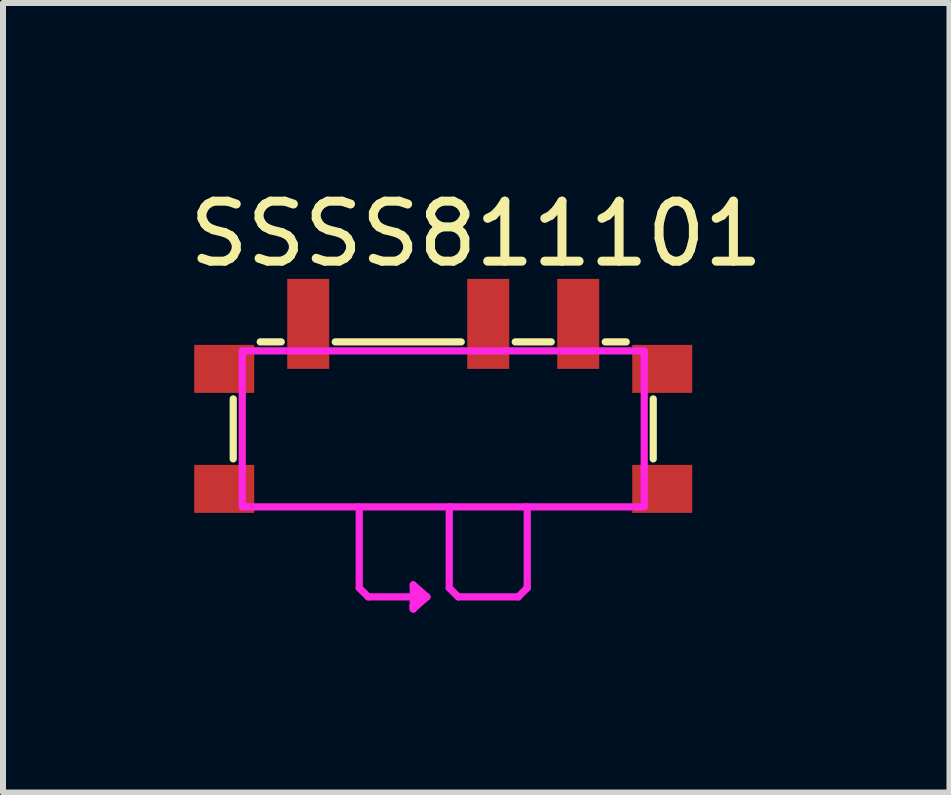
<source format=kicad_pcb>
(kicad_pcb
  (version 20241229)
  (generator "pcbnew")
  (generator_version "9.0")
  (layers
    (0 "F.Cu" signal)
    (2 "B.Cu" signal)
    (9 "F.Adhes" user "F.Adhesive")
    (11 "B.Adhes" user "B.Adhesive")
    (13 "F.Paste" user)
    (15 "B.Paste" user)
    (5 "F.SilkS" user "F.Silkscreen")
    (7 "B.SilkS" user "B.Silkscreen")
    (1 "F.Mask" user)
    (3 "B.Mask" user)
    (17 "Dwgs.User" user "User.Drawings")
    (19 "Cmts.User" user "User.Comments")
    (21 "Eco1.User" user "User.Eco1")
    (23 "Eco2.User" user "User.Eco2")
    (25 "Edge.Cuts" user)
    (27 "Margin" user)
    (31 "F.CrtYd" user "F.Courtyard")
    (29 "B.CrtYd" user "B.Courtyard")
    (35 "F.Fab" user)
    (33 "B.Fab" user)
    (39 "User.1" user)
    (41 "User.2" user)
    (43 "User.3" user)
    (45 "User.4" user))
  (footprint "SSSS811101"
    (layer "F.Cu")
    (at 4.337 4.098)
    (property "Reference" "SSSS811101" (at 0.55 -3.25 0) (unlocked yes) (layer "F.SilkS") (effects (font (size 1 1) (thickness 0.15))))
    (attr smd)
    (fp_line (start -3.5 -0.5) (end -3.5 0.5) (stroke (width 0.12) (type solid)) (layer "F.SilkS"))
    (fp_line (start -3.05 -1.45) (end -2.7 -1.45) (stroke (width 0.12) (type solid)) (layer "F.SilkS"))
    (fp_line (start -1.8 -1.45) (end 0.3 -1.45) (stroke (width 0.12) (type solid)) (layer "F.SilkS"))
    (fp_line (start 1.2 -1.45) (end 1.8 -1.45) (stroke (width 0.12) (type solid)) (layer "F.SilkS"))
    (fp_line (start 2.7 -1.45) (end 3.05 -1.45) (stroke (width 0.12) (type solid)) (layer "F.SilkS"))
    (fp_line (start 3.5 -0.5) (end 3.5 0.5) (stroke (width 0.12) (type solid)) (layer "F.SilkS"))
    (fp_line (start -1.4 2.65) (end -1.4 1.3) (stroke (width 0.12) (type solid)) (layer "F.CrtYd"))
    (fp_line (start -1.25 2.8) (end -1.4 2.65) (stroke (width 0.12) (type solid)) (layer "F.CrtYd"))
    (fp_line (start -1.25 2.8) (end -0.275 2.8) (stroke (width 0.12) (type solid)) (layer "F.CrtYd"))
    (fp_line (start -0.5 2.6) (end -0.5 2.95) (stroke (width 0.12) (type solid)) (layer "F.CrtYd"))
    (fp_line (start -0.5 2.95) (end -0.275 2.8) (stroke (width 0.12) (type solid)) (layer "F.CrtYd"))
    (fp_line (start -0.5 3) (end -0.5 2.95) (stroke (width 0.12) (type solid)) (layer "F.CrtYd"))
    (fp_line (start -0.5 3) (end -0.275 2.8) (stroke (width 0.12) (type solid)) (layer "F.CrtYd"))
    (fp_line (start -0.45 2.75) (end -0.5 3) (stroke (width 0.12) (type solid)) (layer "F.CrtYd"))
    (fp_line (start -0.275 2.8) (end -0.5 2.6) (stroke (width 0.12) (type solid)) (layer "F.CrtYd"))
    (fp_line (start -0.275 2.8) (end -0.45 2.75) (stroke (width 0.12) (type solid)) (layer "F.CrtYd"))
    (fp_line (start 0.1 2.65) (end 0.1 1.3) (stroke (width 0.12) (type solid)) (layer "F.CrtYd"))
    (fp_line (start 0.25 2.8) (end 0.1 2.65) (stroke (width 0.12) (type solid)) (layer "F.CrtYd"))
    (fp_line (start 1.25 2.8) (end 0.25 2.8) (stroke (width 0.12) (type solid)) (layer "F.CrtYd"))
    (fp_line (start 1.25 2.8) (end 1.4 2.65) (stroke (width 0.12) (type solid)) (layer "F.CrtYd"))
    (fp_line (start 1.4 2.65) (end 1.4 1.3) (stroke (width 0.12) (type solid)) (layer "F.CrtYd"))
    (fp_rect (start -3.35 -1.3) (end 3.35 1.3) (stroke (width 0.12) (type solid)) (fill no) (layer "F.CrtYd"))
    (pad "" smd rect (at -3.65 -1) (size 1 0.8) (layers "F.Cu" "F.Mask" "F.Paste"))
    (pad "" smd rect (at -3.65 1) (size 1 0.8) (layers "F.Cu" "F.Mask" "F.Paste"))
    (pad "" smd rect (at 3.65 -1) (size 1 0.8) (layers "F.Cu" "F.Mask" "F.Paste"))
    (pad "" smd rect (at 3.65 1) (size 1 0.8) (layers "F.Cu" "F.Mask" "F.Paste"))
    (pad "1" smd rect (at -2.25 -1.75) (size 0.7 1.5) (layers "F.Cu" "F.Mask" "F.Paste"))
    (pad "2" smd rect (at 0.75 -1.75) (size 0.7 1.5) (layers "F.Cu" "F.Mask" "F.Paste"))
    (pad "3" smd rect (at 2.25 -1.75) (size 0.7 1.5) (layers "F.Cu" "F.Mask" "F.Paste")))
  (gr_rect
    (start -3 -3)
    (end 12.774 10.158)
    (stroke (width 0.1) (type default))
    (fill no)
    (layer "Edge.Cuts")))
</source>
